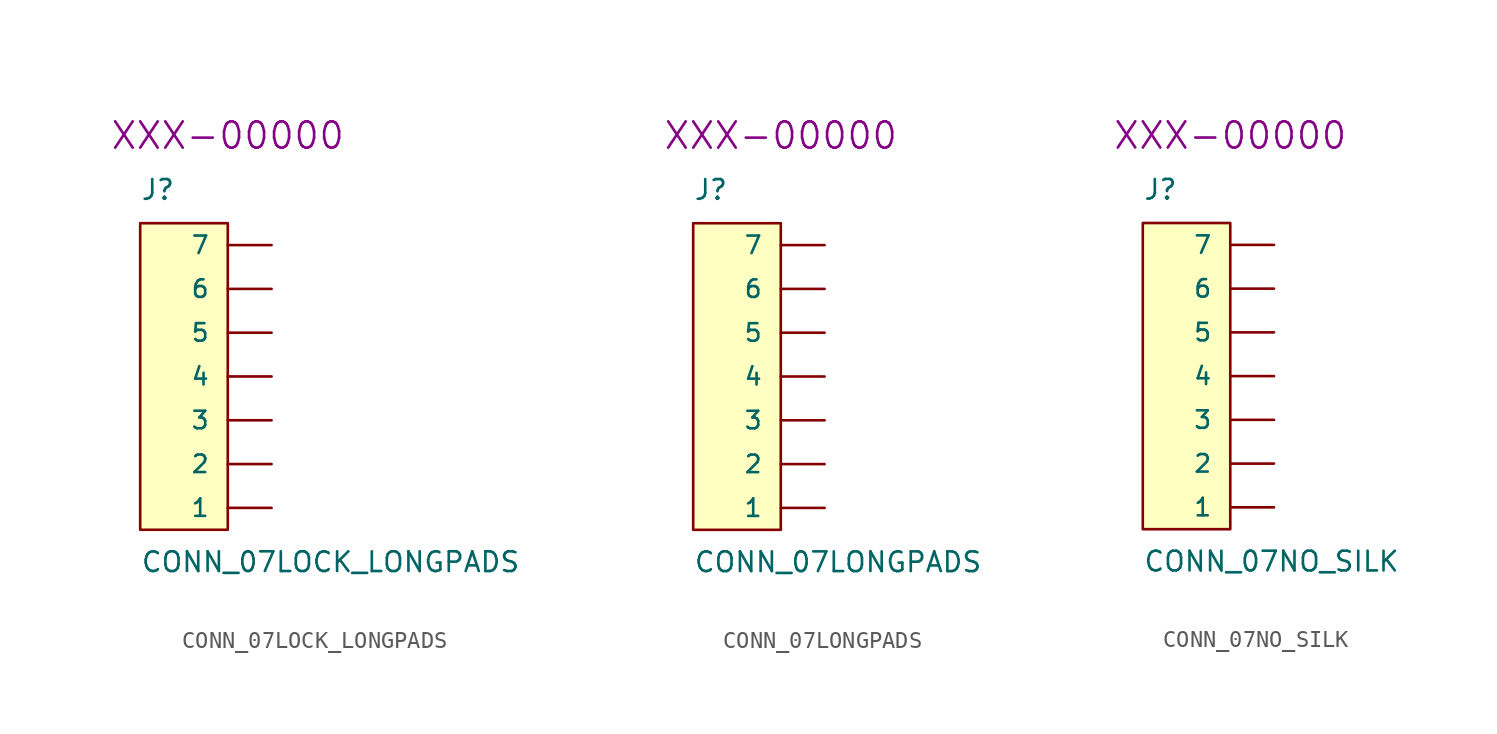
<source format=kicad_sym>
(kicad_symbol_lib
  (version 20220914)
  (generator kicad_symbol_editor)
  (symbol "CONN_07LOCK_LONGPADS"
    (pin_numbers hide)
    (pin_names
      (offset 1.016))
    (property "Reference" "J"
      (at -5.08 17.78 0)
      (effects (font (size 1.143 1.143)) (justify left bottom)))
    (property "Value" "CONN_07LOCK_LONGPADS"
      (at -5.08 -3.81 0)
      (effects (font (size 1.143 1.143)) (justify left bottom)))
    (property "Field4" "XXX-00000"
      (at 0 21.59 0)
      (effects (font (size 1.524 1.524))))
    (property "ki_locked" ""
      (at 0 0 0)
      (effects (font (size 1.27 1.27))))
    (symbol "CONN_07LOCK_LONGPADS_0_1"
      (rectangle (start 0 -1.27) (end -5.08 16.51) (stroke (width 0) (type solid)) (fill (type background))))
    (symbol "CONN_07LOCK_LONGPADS_1_1"
      (pin passive line (at 2.54 0 180) (length 2.54) (name "1" (effects (font (size 1.016 1.016)))) (number "1" (effects (font (size 1.016 1.016)))))
      (pin passive line (at 2.54 2.54 180) (length 2.54) (name "2" (effects (font (size 1.016 1.016)))) (number "2" (effects (font (size 1.016 1.016)))))
      (pin passive line (at 2.54 5.08 180) (length 2.54) (name "3" (effects (font (size 1.016 1.016)))) (number "3" (effects (font (size 1.016 1.016)))))
      (pin passive line (at 2.54 7.62 180) (length 2.54) (name "4" (effects (font (size 1.016 1.016)))) (number "4" (effects (font (size 1.016 1.016)))))
      (pin passive line (at 2.54 10.16 180) (length 2.54) (name "5" (effects (font (size 1.016 1.016)))) (number "5" (effects (font (size 1.016 1.016)))))
      (pin passive line (at 2.54 12.7 180) (length 2.54) (name "6" (effects (font (size 1.016 1.016)))) (number "6" (effects (font (size 1.016 1.016)))))
      (pin passive line (at 2.54 15.24 180) (length 2.54) (name "7" (effects (font (size 1.016 1.016)))) (number "7" (effects (font (size 1.016 1.016)))))))
  (symbol "CONN_07LONGPADS"
    (pin_numbers hide)
    (pin_names
      (offset 1.016))
    (property "Reference" "J"
      (at -5.08 17.78 0)
      (effects (font (size 1.143 1.143)) (justify left bottom)))
    (property "Value" "CONN_07LONGPADS"
      (at -5.08 -3.81 0)
      (effects (font (size 1.143 1.143)) (justify left bottom)))
    (property "Field4" "XXX-00000"
      (at 0 21.59 0)
      (effects (font (size 1.524 1.524))))
    (property "ki_locked" ""
      (at 0 0 0)
      (effects (font (size 1.27 1.27))))
    (symbol "CONN_07LONGPADS_0_1"
      (rectangle (start 0 -1.27) (end -5.08 16.51) (stroke (width 0) (type solid)) (fill (type background))))
    (symbol "CONN_07LONGPADS_1_1"
      (pin passive line (at 2.54 0 180) (length 2.54) (name "1" (effects (font (size 1.016 1.016)))) (number "1" (effects (font (size 1.016 1.016)))))
      (pin passive line (at 2.54 2.54 180) (length 2.54) (name "2" (effects (font (size 1.016 1.016)))) (number "2" (effects (font (size 1.016 1.016)))))
      (pin passive line (at 2.54 5.08 180) (length 2.54) (name "3" (effects (font (size 1.016 1.016)))) (number "3" (effects (font (size 1.016 1.016)))))
      (pin passive line (at 2.54 7.62 180) (length 2.54) (name "4" (effects (font (size 1.016 1.016)))) (number "4" (effects (font (size 1.016 1.016)))))
      (pin passive line (at 2.54 10.16 180) (length 2.54) (name "5" (effects (font (size 1.016 1.016)))) (number "5" (effects (font (size 1.016 1.016)))))
      (pin passive line (at 2.54 12.7 180) (length 2.54) (name "6" (effects (font (size 1.016 1.016)))) (number "6" (effects (font (size 1.016 1.016)))))
      (pin passive line (at 2.54 15.24 180) (length 2.54) (name "7" (effects (font (size 1.016 1.016)))) (number "7" (effects (font (size 1.016 1.016)))))))
  (symbol "CONN_07NO_SILK"
    (pin_numbers hide)
    (pin_names
      (offset 1.016))
    (property "Reference" "J"
      (at -5.08 17.78 0)
      (effects (font (size 1.143 1.143)) (justify left bottom)))
    (property "Value" "CONN_07NO_SILK"
      (at -5.08 -3.81 0)
      (effects (font (size 1.143 1.143)) (justify left bottom)))
    (property "Field4" "XXX-00000"
      (at 0 21.59 0)
      (effects (font (size 1.524 1.524))))
    (property "ki_locked" ""
      (at 0 0 0)
      (effects (font (size 1.27 1.27))))
    (symbol "CONN_07NO_SILK_0_1"
      (rectangle (start 0 -1.27) (end -5.08 16.51) (stroke (width 0) (type solid)) (fill (type background))))
    (symbol "CONN_07NO_SILK_1_1"
      (pin passive line (at 2.54 0 180) (length 2.54) (name "1" (effects (font (size 1.016 1.016)))) (number "1" (effects (font (size 1.016 1.016)))))
      (pin passive line (at 2.54 2.54 180) (length 2.54) (name "2" (effects (font (size 1.016 1.016)))) (number "2" (effects (font (size 1.016 1.016)))))
      (pin passive line (at 2.54 5.08 180) (length 2.54) (name "3" (effects (font (size 1.016 1.016)))) (number "3" (effects (font (size 1.016 1.016)))))
      (pin passive line (at 2.54 7.62 180) (length 2.54) (name "4" (effects (font (size 1.016 1.016)))) (number "4" (effects (font (size 1.016 1.016)))))
      (pin passive line (at 2.54 10.16 180) (length 2.54) (name "5" (effects (font (size 1.016 1.016)))) (number "5" (effects (font (size 1.016 1.016)))))
      (pin passive line (at 2.54 12.7 180) (length 2.54) (name "6" (effects (font (size 1.016 1.016)))) (number "6" (effects (font (size 1.016 1.016)))))
      (pin passive line (at 2.54 15.24 180) (length 2.54) (name "7" (effects (font (size 1.016 1.016)))) (number "7" (effects (font (size 1.016 1.016))))))))
</source>
